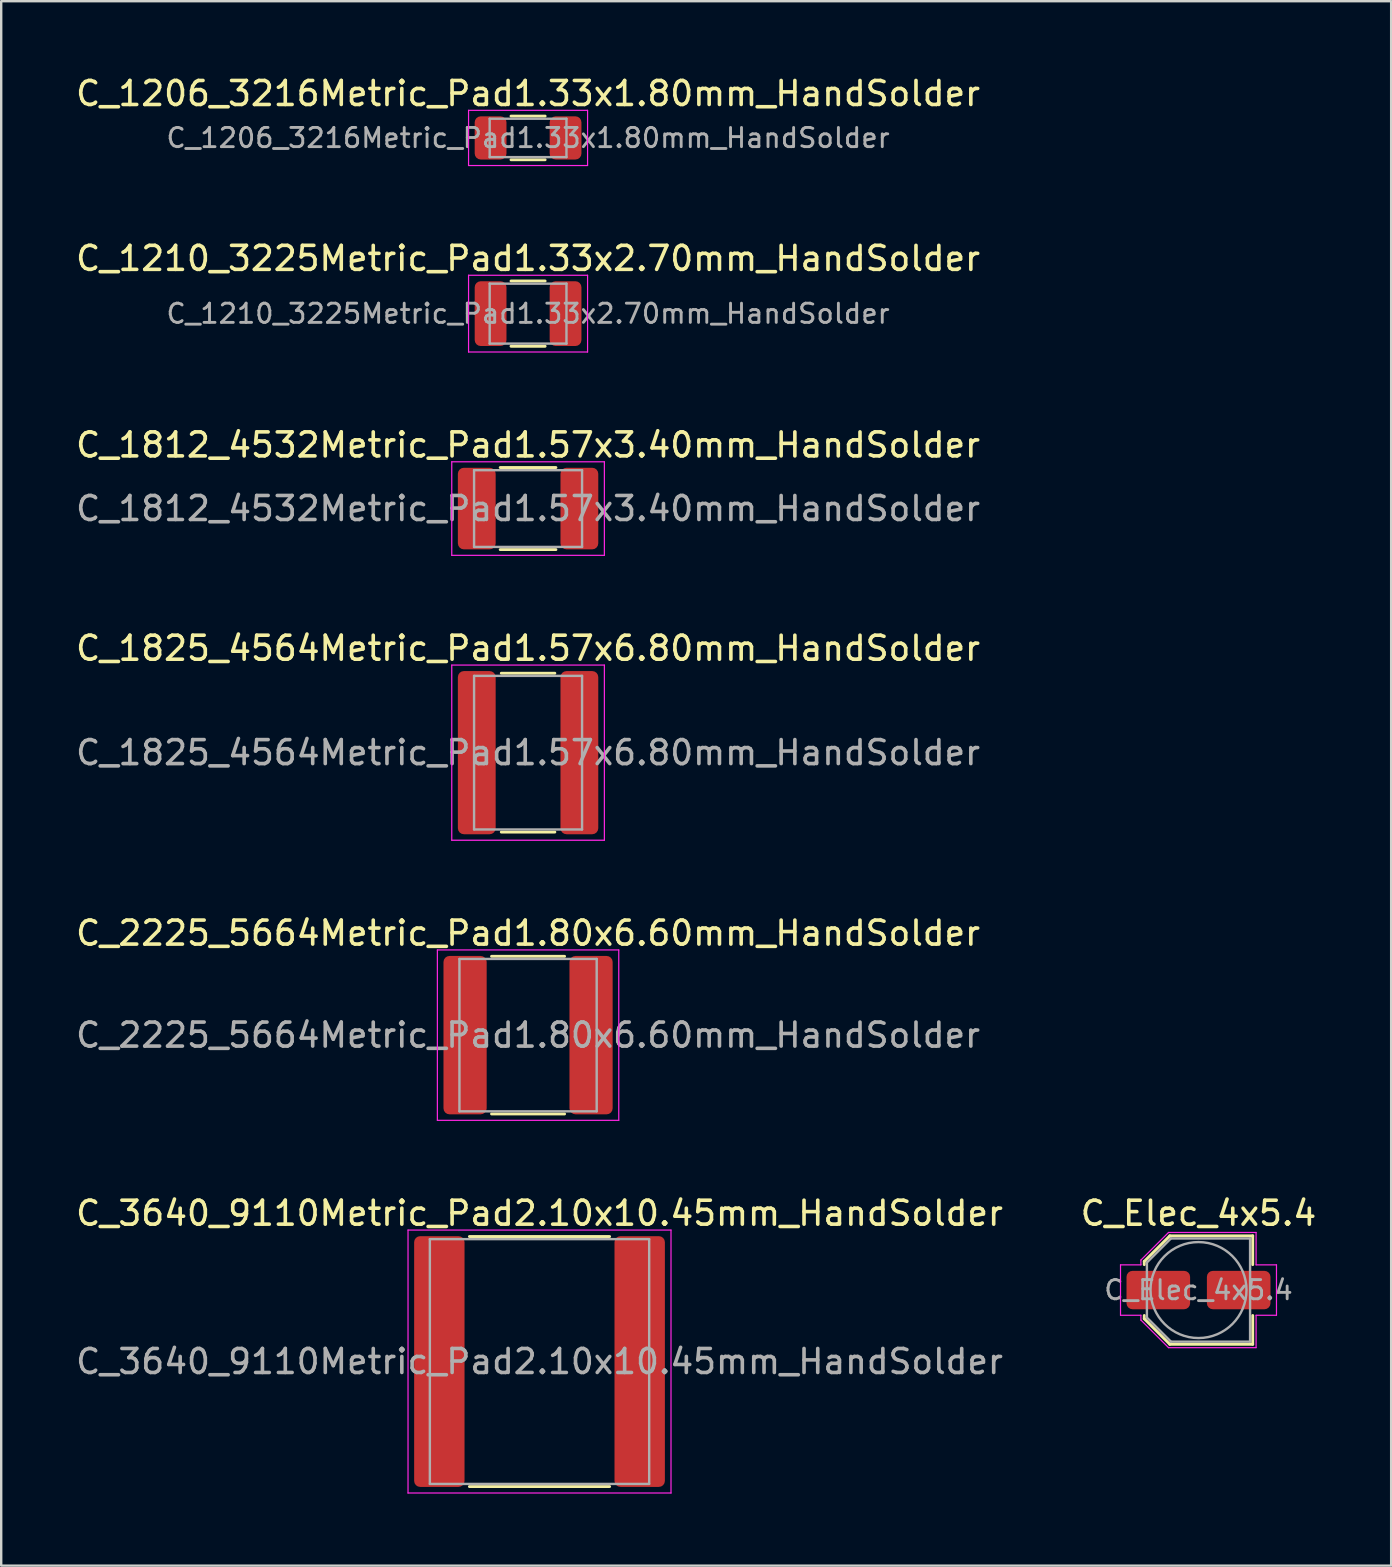
<source format=kicad_pcb>
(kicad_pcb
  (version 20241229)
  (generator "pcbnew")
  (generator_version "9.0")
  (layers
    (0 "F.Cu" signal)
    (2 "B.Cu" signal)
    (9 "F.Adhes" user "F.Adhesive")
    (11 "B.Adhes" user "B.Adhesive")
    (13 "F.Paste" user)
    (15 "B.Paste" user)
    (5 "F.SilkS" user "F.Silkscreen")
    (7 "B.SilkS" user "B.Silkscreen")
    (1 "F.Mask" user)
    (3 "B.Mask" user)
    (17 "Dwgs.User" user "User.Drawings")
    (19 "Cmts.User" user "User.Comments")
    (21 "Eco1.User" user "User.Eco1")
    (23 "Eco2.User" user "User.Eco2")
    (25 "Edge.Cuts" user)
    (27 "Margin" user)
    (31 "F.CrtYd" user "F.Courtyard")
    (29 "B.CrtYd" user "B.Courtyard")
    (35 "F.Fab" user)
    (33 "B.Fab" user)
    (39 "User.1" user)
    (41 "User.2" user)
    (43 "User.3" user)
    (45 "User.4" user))
  (footprint "C_1825_4564Metric_Pad1.57x6.80mm_HandSolder"
    (layer "F.Cu")
    (at 18.958 28.318)
    (property "Reference" "C_1825_4564Metric_Pad1.57x6.80mm_HandSolder" (at 0 -4.35 0) (layer "F.SilkS") (effects (font (size 1 1) (thickness 0.15))))
    (attr smd)
    (fp_line (start -1.116 -3.31) (end 1.116 -3.31) (stroke (width 0.12) (type solid)) (layer "F.SilkS"))
    (fp_line (start -1.116 3.31) (end 1.116 3.31) (stroke (width 0.12) (type solid)) (layer "F.SilkS"))
    (fp_line (start -3.18 -3.65) (end 3.18 -3.65) (stroke (width 0.05) (type solid)) (layer "F.CrtYd"))
    (fp_line (start -3.18 3.65) (end -3.18 -3.65) (stroke (width 0.05) (type solid)) (layer "F.CrtYd"))
    (fp_line (start 3.18 -3.65) (end 3.18 3.65) (stroke (width 0.05) (type solid)) (layer "F.CrtYd"))
    (fp_line (start 3.18 3.65) (end -3.18 3.65) (stroke (width 0.05) (type solid)) (layer "F.CrtYd"))
    (fp_line (start -2.25 -3.2) (end 2.25 -3.2) (stroke (width 0.1) (type solid)) (layer "F.Fab"))
    (fp_line (start -2.25 3.2) (end -2.25 -3.2) (stroke (width 0.1) (type solid)) (layer "F.Fab"))
    (fp_line (start 2.25 -3.2) (end 2.25 3.2) (stroke (width 0.1) (type solid)) (layer "F.Fab"))
    (fp_line (start 2.25 3.2) (end -2.25 3.2) (stroke (width 0.1) (type solid)) (layer "F.Fab"))
    (fp_text user "${REFERENCE}" (at 0 0 0) (layer "F.Fab") (effects (font (size 1 1) (thickness 0.15))))
    (pad "1" smd roundrect (at -2.138 0) (size 1.575 6.8) (layers "F.Cu" "F.Mask" "F.Paste") (roundrect_rratio 0.159))
    (pad "2" smd roundrect (at 2.138 0) (size 1.575 6.8) (layers "F.Cu" "F.Mask" "F.Paste") (roundrect_rratio 0.159)))
  (footprint "C_Elec_4x5.4"
    (layer "F.Cu")
    (at 46.899 50.715)
    (property "Reference" "C_Elec_4x5.4" (at 0 -3.2 0) (layer "F.SilkS") (effects (font (size 1 1) (thickness 0.15))))
    (attr smd)
    (fp_line (start -2.26 -1.196) (end -2.26 -1.06) (stroke (width 0.12) (type solid)) (layer "F.SilkS"))
    (fp_line (start -2.26 -1.196) (end -1.196 -2.26) (stroke (width 0.12) (type solid)) (layer "F.SilkS"))
    (fp_line (start -2.26 1.196) (end -2.26 1.06) (stroke (width 0.12) (type solid)) (layer "F.SilkS"))
    (fp_line (start -2.26 1.196) (end -1.196 2.26) (stroke (width 0.12) (type solid)) (layer "F.SilkS"))
    (fp_line (start -1.196 -2.26) (end 2.26 -2.26) (stroke (width 0.12) (type solid)) (layer "F.SilkS"))
    (fp_line (start -1.196 2.26) (end 2.26 2.26) (stroke (width 0.12) (type solid)) (layer "F.SilkS"))
    (fp_line (start 2.26 -2.26) (end 2.26 -1.06) (stroke (width 0.12) (type solid)) (layer "F.SilkS"))
    (fp_line (start 2.26 2.26) (end 2.26 1.06) (stroke (width 0.12) (type solid)) (layer "F.SilkS"))
    (fp_line (start -3.25 -1.05) (end -3.25 1.05) (stroke (width 0.05) (type solid)) (layer "F.CrtYd"))
    (fp_line (start -3.25 1.05) (end -2.4 1.05) (stroke (width 0.05) (type solid)) (layer "F.CrtYd"))
    (fp_line (start -2.4 -1.25) (end -2.4 -1.05) (stroke (width 0.05) (type solid)) (layer "F.CrtYd"))
    (fp_line (start -2.4 -1.25) (end -1.25 -2.4) (stroke (width 0.05) (type solid)) (layer "F.CrtYd"))
    (fp_line (start -2.4 -1.05) (end -3.25 -1.05) (stroke (width 0.05) (type solid)) (layer "F.CrtYd"))
    (fp_line (start -2.4 1.05) (end -2.4 1.25) (stroke (width 0.05) (type solid)) (layer "F.CrtYd"))
    (fp_line (start -2.4 1.25) (end -1.25 2.4) (stroke (width 0.05) (type solid)) (layer "F.CrtYd"))
    (fp_line (start -1.25 -2.4) (end 2.4 -2.4) (stroke (width 0.05) (type solid)) (layer "F.CrtYd"))
    (fp_line (start -1.25 2.4) (end 2.4 2.4) (stroke (width 0.05) (type solid)) (layer "F.CrtYd"))
    (fp_line (start 2.4 -2.4) (end 2.4 -1.05) (stroke (width 0.05) (type solid)) (layer "F.CrtYd"))
    (fp_line (start 2.4 -1.05) (end 3.25 -1.05) (stroke (width 0.05) (type solid)) (layer "F.CrtYd"))
    (fp_line (start 2.4 1.05) (end 2.4 2.4) (stroke (width 0.05) (type solid)) (layer "F.CrtYd"))
    (fp_line (start 3.25 -1.05) (end 3.25 1.05) (stroke (width 0.05) (type solid)) (layer "F.CrtYd"))
    (fp_line (start 3.25 1.05) (end 2.4 1.05) (stroke (width 0.05) (type solid)) (layer "F.CrtYd"))
    (fp_line (start -2.15 -1.15) (end -2.15 1.15) (stroke (width 0.1) (type solid)) (layer "F.Fab"))
    (fp_line (start -2.15 -1.15) (end -1.15 -2.15) (stroke (width 0.1) (type solid)) (layer "F.Fab"))
    (fp_line (start -2.15 1.15) (end -1.15 2.15) (stroke (width 0.1) (type solid)) (layer "F.Fab"))
    (fp_line (start -1.15 -2.15) (end 2.15 -2.15) (stroke (width 0.1) (type solid)) (layer "F.Fab"))
    (fp_line (start -1.15 2.15) (end 2.15 2.15) (stroke (width 0.1) (type solid)) (layer "F.Fab"))
    (fp_line (start 2.15 -2.15) (end 2.15 2.15) (stroke (width 0.1) (type solid)) (layer "F.Fab"))
    (fp_circle (center 0 0) (end 2 0) (stroke (width 0.1) (type solid)) (fill no) (layer "F.Fab"))
    (fp_text user "${REFERENCE}" (at 0 0 0) (layer "F.Fab") (effects (font (size 0.8 0.8) (thickness 0.12))))
    (pad "1" smd roundrect (at -1.675 0) (size 2.65 1.6) (layers "F.Cu" "F.Mask" "F.Paste") (roundrect_rratio 0.156))
    (pad "2" smd roundrect (at 1.675 0) (size 2.65 1.6) (layers "F.Cu" "F.Mask" "F.Paste") (roundrect_rratio 0.156)))
  (footprint "C_3640_9110Metric_Pad2.10x10.45mm_HandSolder"
    (layer "F.Cu")
    (at 19.435 53.694)
    (property "Reference" "C_3640_9110Metric_Pad2.10x10.45mm_HandSolder" (at 0 -6.18 0) (layer "F.SilkS") (effects (font (size 1 1) (thickness 0.15))))
    (attr smd)
    (fp_line (start -2.922 -5.21) (end 2.922 -5.21) (stroke (width 0.12) (type solid)) (layer "F.SilkS"))
    (fp_line (start -2.922 5.21) (end 2.922 5.21) (stroke (width 0.12) (type solid)) (layer "F.SilkS"))
    (fp_line (start -5.48 -5.48) (end 5.48 -5.48) (stroke (width 0.05) (type solid)) (layer "F.CrtYd"))
    (fp_line (start -5.48 5.48) (end -5.48 -5.48) (stroke (width 0.05) (type solid)) (layer "F.CrtYd"))
    (fp_line (start 5.48 -5.48) (end 5.48 5.48) (stroke (width 0.05) (type solid)) (layer "F.CrtYd"))
    (fp_line (start 5.48 5.48) (end -5.48 5.48) (stroke (width 0.05) (type solid)) (layer "F.CrtYd"))
    (fp_line (start -4.57 -5.1) (end 4.57 -5.1) (stroke (width 0.1) (type solid)) (layer "F.Fab"))
    (fp_line (start -4.57 5.1) (end -4.57 -5.1) (stroke (width 0.1) (type solid)) (layer "F.Fab"))
    (fp_line (start 4.57 -5.1) (end 4.57 5.1) (stroke (width 0.1) (type solid)) (layer "F.Fab"))
    (fp_line (start 4.57 5.1) (end -4.57 5.1) (stroke (width 0.1) (type solid)) (layer "F.Fab"))
    (fp_text user "${REFERENCE}" (at 0 0 0) (layer "F.Fab") (effects (font (size 1 1) (thickness 0.15))))
    (pad "1" smd roundrect (at -4.175 0) (size 2.1 10.45) (layers "F.Cu" "F.Mask" "F.Paste") (roundrect_rratio 0.119))
    (pad "2" smd roundrect (at 4.175 0) (size 2.1 10.45) (layers "F.Cu" "F.Mask" "F.Paste") (roundrect_rratio 0.119)))
  (footprint "C_1812_4532Metric_Pad1.57x3.40mm_HandSolder"
    (layer "F.Cu")
    (at 18.958 18.145)
    (property "Reference" "C_1812_4532Metric_Pad1.57x3.40mm_HandSolder" (at 0 -2.65 0) (layer "F.SilkS") (effects (font (size 1 1) (thickness 0.15))))
    (attr smd)
    (fp_line (start -1.161 -1.71) (end 1.161 -1.71) (stroke (width 0.12) (type solid)) (layer "F.SilkS"))
    (fp_line (start -1.161 1.71) (end 1.161 1.71) (stroke (width 0.12) (type solid)) (layer "F.SilkS"))
    (fp_line (start -3.18 -1.95) (end 3.18 -1.95) (stroke (width 0.05) (type solid)) (layer "F.CrtYd"))
    (fp_line (start -3.18 1.95) (end -3.18 -1.95) (stroke (width 0.05) (type solid)) (layer "F.CrtYd"))
    (fp_line (start 3.18 -1.95) (end 3.18 1.95) (stroke (width 0.05) (type solid)) (layer "F.CrtYd"))
    (fp_line (start 3.18 1.95) (end -3.18 1.95) (stroke (width 0.05) (type solid)) (layer "F.CrtYd"))
    (fp_line (start -2.25 -1.6) (end 2.25 -1.6) (stroke (width 0.1) (type solid)) (layer "F.Fab"))
    (fp_line (start -2.25 1.6) (end -2.25 -1.6) (stroke (width 0.1) (type solid)) (layer "F.Fab"))
    (fp_line (start 2.25 -1.6) (end 2.25 1.6) (stroke (width 0.1) (type solid)) (layer "F.Fab"))
    (fp_line (start 2.25 1.6) (end -2.25 1.6) (stroke (width 0.1) (type solid)) (layer "F.Fab"))
    (fp_text user "${REFERENCE}" (at 0 0 0) (layer "F.Fab") (effects (font (size 1 1) (thickness 0.15))))
    (pad "1" smd roundrect (at -2.138 0) (size 1.575 3.4) (layers "F.Cu" "F.Mask" "F.Paste") (roundrect_rratio 0.159))
    (pad "2" smd roundrect (at 2.138 0) (size 1.575 3.4) (layers "F.Cu" "F.Mask" "F.Paste") (roundrect_rratio 0.159)))
  (footprint "C_2225_5664Metric_Pad1.80x6.60mm_HandSolder"
    (layer "F.Cu")
    (at 18.958 40.091)
    (property "Reference" "C_2225_5664Metric_Pad1.80x6.60mm_HandSolder" (at 0 -4.25 0) (layer "F.SilkS") (effects (font (size 1 1) (thickness 0.15))))
    (attr smd)
    (fp_line (start -1.522 -3.285) (end 1.522 -3.285) (stroke (width 0.12) (type solid)) (layer "F.SilkS"))
    (fp_line (start -1.522 3.285) (end 1.522 3.285) (stroke (width 0.12) (type solid)) (layer "F.SilkS"))
    (fp_line (start -3.78 -3.55) (end 3.78 -3.55) (stroke (width 0.05) (type solid)) (layer "F.CrtYd"))
    (fp_line (start -3.78 3.55) (end -3.78 -3.55) (stroke (width 0.05) (type solid)) (layer "F.CrtYd"))
    (fp_line (start 3.78 -3.55) (end 3.78 3.55) (stroke (width 0.05) (type solid)) (layer "F.CrtYd"))
    (fp_line (start 3.78 3.55) (end -3.78 3.55) (stroke (width 0.05) (type solid)) (layer "F.CrtYd"))
    (fp_line (start -2.86 -3.175) (end 2.86 -3.175) (stroke (width 0.1) (type solid)) (layer "F.Fab"))
    (fp_line (start -2.86 3.175) (end -2.86 -3.175) (stroke (width 0.1) (type solid)) (layer "F.Fab"))
    (fp_line (start 2.86 -3.175) (end 2.86 3.175) (stroke (width 0.1) (type solid)) (layer "F.Fab"))
    (fp_line (start 2.86 3.175) (end -2.86 3.175) (stroke (width 0.1) (type solid)) (layer "F.Fab"))
    (fp_text user "${REFERENCE}" (at 0 0 0) (layer "F.Fab") (effects (font (size 1 1) (thickness 0.15))))
    (pad "1" smd roundrect (at -2.625 0) (size 1.8 6.6) (layers "F.Cu" "F.Mask" "F.Paste") (roundrect_rratio 0.139))
    (pad "2" smd roundrect (at 2.625 0) (size 1.8 6.6) (layers "F.Cu" "F.Mask" "F.Paste") (roundrect_rratio 0.139)))
  (footprint "C_1206_3216Metric_Pad1.33x1.80mm_HandSolder"
    (layer "F.Cu")
    (at 18.958 2.698)
    (property "Reference" "C_1206_3216Metric_Pad1.33x1.80mm_HandSolder" (at 0 -1.85 0) (layer "F.SilkS") (effects (font (size 1 1) (thickness 0.15))))
    (attr smd)
    (fp_line (start -0.711 -0.91) (end 0.711 -0.91) (stroke (width 0.12) (type solid)) (layer "F.SilkS"))
    (fp_line (start -0.711 0.91) (end 0.711 0.91) (stroke (width 0.12) (type solid)) (layer "F.SilkS"))
    (fp_line (start -2.48 -1.15) (end 2.48 -1.15) (stroke (width 0.05) (type solid)) (layer "F.CrtYd"))
    (fp_line (start -2.48 1.15) (end -2.48 -1.15) (stroke (width 0.05) (type solid)) (layer "F.CrtYd"))
    (fp_line (start 2.48 -1.15) (end 2.48 1.15) (stroke (width 0.05) (type solid)) (layer "F.CrtYd"))
    (fp_line (start 2.48 1.15) (end -2.48 1.15) (stroke (width 0.05) (type solid)) (layer "F.CrtYd"))
    (fp_line (start -1.6 -0.8) (end 1.6 -0.8) (stroke (width 0.1) (type solid)) (layer "F.Fab"))
    (fp_line (start -1.6 0.8) (end -1.6 -0.8) (stroke (width 0.1) (type solid)) (layer "F.Fab"))
    (fp_line (start 1.6 -0.8) (end 1.6 0.8) (stroke (width 0.1) (type solid)) (layer "F.Fab"))
    (fp_line (start 1.6 0.8) (end -1.6 0.8) (stroke (width 0.1) (type solid)) (layer "F.Fab"))
    (fp_text user "${REFERENCE}" (at 0 0 0) (layer "F.Fab") (effects (font (size 0.8 0.8) (thickness 0.12))))
    (pad "1" smd roundrect (at -1.562 0) (size 1.325 1.8) (layers "F.Cu" "F.Mask" "F.Paste") (roundrect_rratio 0.189))
    (pad "2" smd roundrect (at 1.562 0) (size 1.325 1.8) (layers "F.Cu" "F.Mask" "F.Paste") (roundrect_rratio 0.189)))
  (footprint "C_1210_3225Metric_Pad1.33x2.70mm_HandSolder"
    (layer "F.Cu")
    (at 18.958 10.021)
    (property "Reference" "C_1210_3225Metric_Pad1.33x2.70mm_HandSolder" (at 0 -2.3 0) (layer "F.SilkS") (effects (font (size 1 1) (thickness 0.15))))
    (attr smd)
    (fp_line (start -0.711 -1.36) (end 0.711 -1.36) (stroke (width 0.12) (type solid)) (layer "F.SilkS"))
    (fp_line (start -0.711 1.36) (end 0.711 1.36) (stroke (width 0.12) (type solid)) (layer "F.SilkS"))
    (fp_line (start -2.48 -1.6) (end 2.48 -1.6) (stroke (width 0.05) (type solid)) (layer "F.CrtYd"))
    (fp_line (start -2.48 1.6) (end -2.48 -1.6) (stroke (width 0.05) (type solid)) (layer "F.CrtYd"))
    (fp_line (start 2.48 -1.6) (end 2.48 1.6) (stroke (width 0.05) (type solid)) (layer "F.CrtYd"))
    (fp_line (start 2.48 1.6) (end -2.48 1.6) (stroke (width 0.05) (type solid)) (layer "F.CrtYd"))
    (fp_line (start -1.6 -1.25) (end 1.6 -1.25) (stroke (width 0.1) (type solid)) (layer "F.Fab"))
    (fp_line (start -1.6 1.25) (end -1.6 -1.25) (stroke (width 0.1) (type solid)) (layer "F.Fab"))
    (fp_line (start 1.6 -1.25) (end 1.6 1.25) (stroke (width 0.1) (type solid)) (layer "F.Fab"))
    (fp_line (start 1.6 1.25) (end -1.6 1.25) (stroke (width 0.1) (type solid)) (layer "F.Fab"))
    (fp_text user "${REFERENCE}" (at 0 0 0) (layer "F.Fab") (effects (font (size 0.8 0.8) (thickness 0.12))))
    (pad "1" smd roundrect (at -1.562 0) (size 1.325 2.7) (layers "F.Cu" "F.Mask" "F.Paste") (roundrect_rratio 0.189))
    (pad "2" smd roundrect (at 1.562 0) (size 1.325 2.7) (layers "F.Cu" "F.Mask" "F.Paste") (roundrect_rratio 0.189)))
  (gr_rect
    (start -3 -3)
    (end 54.929 62.2)
    (stroke (width 0.1) (type default))
    (fill no)
    (layer "Edge.Cuts")))
</source>
